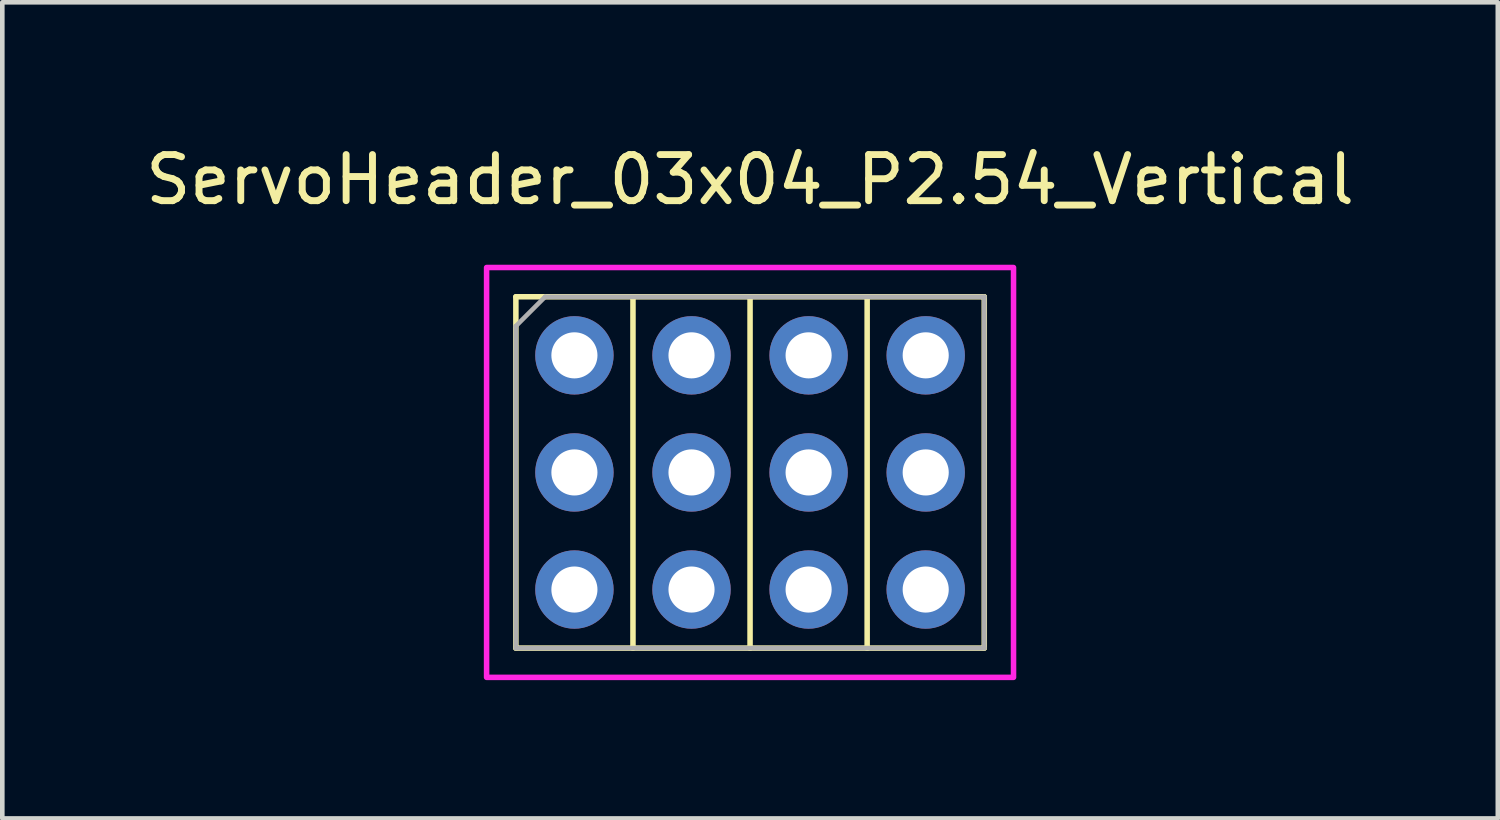
<source format=kicad_pcb>
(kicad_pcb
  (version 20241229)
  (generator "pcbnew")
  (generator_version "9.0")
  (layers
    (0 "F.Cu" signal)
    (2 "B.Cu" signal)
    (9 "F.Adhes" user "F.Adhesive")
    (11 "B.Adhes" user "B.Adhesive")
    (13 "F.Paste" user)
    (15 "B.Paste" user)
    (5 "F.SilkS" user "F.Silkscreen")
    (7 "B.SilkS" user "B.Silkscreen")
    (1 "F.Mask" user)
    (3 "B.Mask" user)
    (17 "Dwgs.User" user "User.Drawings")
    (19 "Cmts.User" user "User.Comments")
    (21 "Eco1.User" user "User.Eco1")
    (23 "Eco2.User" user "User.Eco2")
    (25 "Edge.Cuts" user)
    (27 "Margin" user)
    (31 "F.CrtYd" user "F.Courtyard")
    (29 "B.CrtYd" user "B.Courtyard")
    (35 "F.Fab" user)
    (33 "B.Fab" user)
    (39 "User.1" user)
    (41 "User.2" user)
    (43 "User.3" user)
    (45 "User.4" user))
  (footprint "ServoHeader_03x04_P2.54_Vertical"
    (layer "F.Cu")
    (at 9.41 4.658)
    (property "Reference" "ServoHeader_03x04_P2.54_Vertical" (at 3.81 -3.81 0) (layer "F.SilkS") (effects (font (size 1 1) (thickness 0.15))))
    (attr through_hole)
    (fp_line (start -1.27 -1.27) (end 1.27 -1.27) (stroke (width 0.12) (type solid)) (layer "F.SilkS"))
    (fp_line (start -1.27 6.35) (end -1.27 -1.27) (stroke (width 0.12) (type solid)) (layer "F.SilkS"))
    (fp_line (start 1.27 -1.27) (end 1.27 6.35) (stroke (width 0.12) (type solid)) (layer "F.SilkS"))
    (fp_line (start 1.27 -1.27) (end 3.81 -1.27) (stroke (width 0.12) (type solid)) (layer "F.SilkS"))
    (fp_line (start 1.27 6.35) (end -1.27 6.35) (stroke (width 0.12) (type solid)) (layer "F.SilkS"))
    (fp_line (start 3.81 -1.27) (end 3.81 6.35) (stroke (width 0.12) (type solid)) (layer "F.SilkS"))
    (fp_line (start 3.81 6.35) (end 1.27 6.35) (stroke (width 0.12) (type solid)) (layer "F.SilkS"))
    (fp_line (start 3.81 6.35) (end 6.35 6.35) (stroke (width 0.12) (type solid)) (layer "F.SilkS"))
    (fp_line (start 6.35 -1.27) (end 3.81 -1.27) (stroke (width 0.12) (type solid)) (layer "F.SilkS"))
    (fp_line (start 6.35 -1.27) (end 8.89 -1.27) (stroke (width 0.12) (type solid)) (layer "F.SilkS"))
    (fp_line (start 6.35 6.35) (end 6.35 -1.27) (stroke (width 0.12) (type solid)) (layer "F.SilkS"))
    (fp_line (start 8.89 -1.27) (end 8.89 6.35) (stroke (width 0.12) (type solid)) (layer "F.SilkS"))
    (fp_line (start 8.89 6.35) (end 6.35 6.35) (stroke (width 0.12) (type solid)) (layer "F.SilkS"))
    (fp_rect (start -1.905 -1.905) (end 9.525 6.985) (stroke (width 0.12) (type solid)) (fill no) (layer "F.CrtYd"))
    (fp_line (start -1.27 -0.635) (end -0.635 -1.27) (stroke (width 0.1) (type solid)) (layer "F.Fab"))
    (fp_line (start -1.27 6.35) (end -1.27 -0.635) (stroke (width 0.1) (type solid)) (layer "F.Fab"))
    (fp_line (start -0.635 -1.27) (end 8.89 -1.27) (stroke (width 0.1) (type solid)) (layer "F.Fab"))
    (fp_line (start 8.89 -1.27) (end 8.89 6.35) (stroke (width 0.1) (type solid)) (layer "F.Fab"))
    (fp_line (start 8.89 6.35) (end -1.27 6.35) (stroke (width 0.1) (type solid)) (layer "F.Fab"))
    (pad "1" thru_hole oval (at 0 0) (size 1.7 1.7) (drill 1) (layers "*.Cu" "*.Mask"))
    (pad "1" thru_hole oval (at 2.54 0) (size 1.7 1.7) (drill 1) (layers "*.Cu" "*.Mask"))
    (pad "1" thru_hole oval (at 5.08 0) (size 1.7 1.7) (drill 1) (layers "*.Cu" "*.Mask"))
    (pad "1" thru_hole oval (at 7.62 0) (size 1.7 1.7) (drill 1) (layers "*.Cu" "*.Mask"))
    (pad "2" thru_hole oval (at 0 2.54) (size 1.7 1.7) (drill 1) (layers "*.Cu" "*.Mask"))
    (pad "2" thru_hole oval (at 2.54 2.54) (size 1.7 1.7) (drill 1) (layers "*.Cu" "*.Mask"))
    (pad "2" thru_hole oval (at 5.08 2.54) (size 1.7 1.7) (drill 1) (layers "*.Cu" "*.Mask"))
    (pad "2" thru_hole oval (at 7.62 2.54) (size 1.7 1.7) (drill 1) (layers "*.Cu" "*.Mask"))
    (pad "3" thru_hole circle (at 7.62 5.08) (size 1.7 1.7) (drill 1) (layers "*.Cu" "*.Mask"))
    (pad "4" thru_hole circle (at 5.08 5.08) (size 1.7 1.7) (drill 1) (layers "*.Cu" "*.Mask"))
    (pad "5" thru_hole circle (at 2.54 5.08) (size 1.7 1.7) (drill 1) (layers "*.Cu" "*.Mask"))
    (pad "6" thru_hole circle (at 0 5.08) (size 1.7 1.7) (drill 1) (layers "*.Cu" "*.Mask")))
  (gr_rect
    (start -3 -3)
    (end 29.44 14.703)
    (stroke (width 0.1) (type default))
    (fill no)
    (layer "Edge.Cuts")))
</source>
